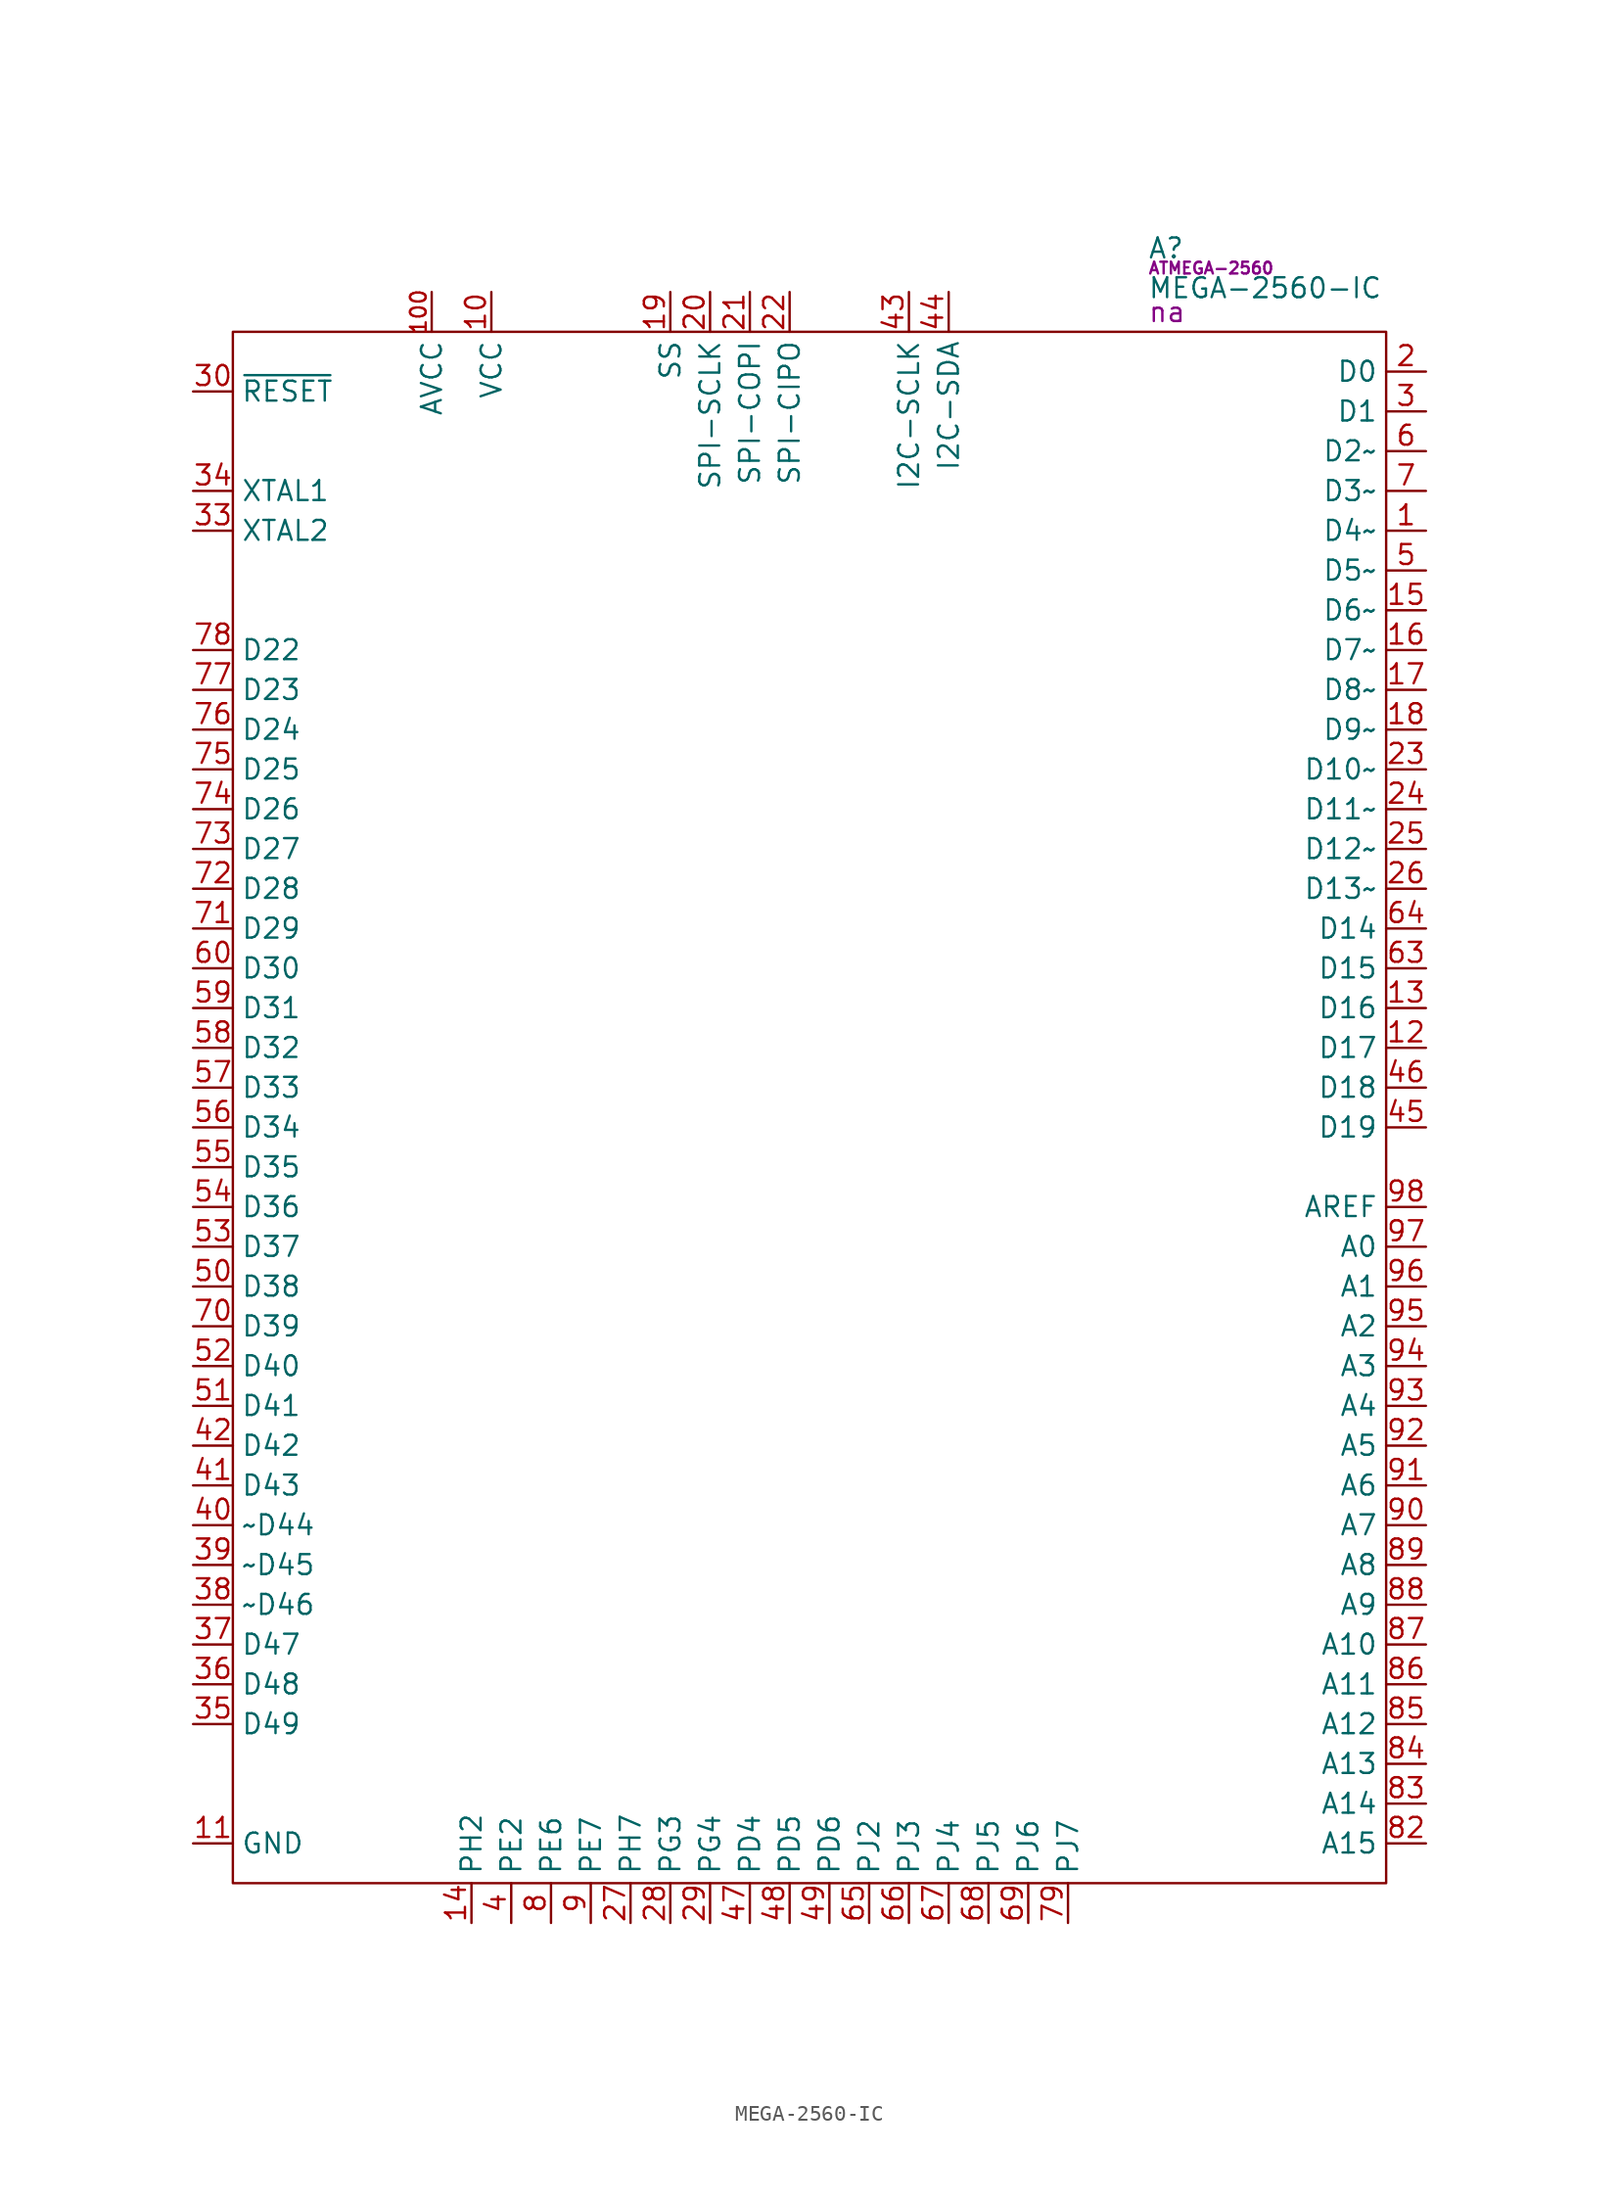
<source format=kicad_sym>
(kicad_symbol_lib
  (version 20231120)
  (generator "kicad_symbol_editor")
  (generator_version "8.0")
  (symbol "MEGA-2560-IC"
    (property "Reference" "A"
      (at 58.42 5.334 0)
      (effects (font (size 1.27 1.27)) (justify left)))
    (property "Value" "MEGA-2560-IC"
      (at 58.42 2.794 0)
      (effects (font (size 1.27 1.27)) (justify left)))
    (property "IC" "ATMEGA-2560"
      (at 58.42 4.064 0)
      (effects (font (size 0.75 0.75)) (justify left)))
    (property "PartNumber" "na"
      (at 58.42 1.27 0)
      (effects (font (size 1.27 1.27)) (justify left)))
    (symbol "MEGA-2560-IC_0_0"
      (pin bidirectional line (at 76.2 -12.7 180) (length 2.54) (name "D4~" (effects (font (size 1.27 1.27)))) (number "1" (effects (font (size 1.27 1.27)))) (alternate "OC0B" bidirectional line) (alternate "PG5" bidirectional line))
      (pin power_in line (at 16.51 2.54 270) (length 2.54) (name "VCC" (effects (font (size 1.27 1.27)))) (number "10" (effects (font (size 1.27 1.27)))))
      (pin power_in line (at 12.7 2.54 270) (length 2.54) (name "AVCC" (effects (font (size 1.27 1.27)))) (number "100" (effects (font (size 1 1)))))
      (pin power_in line (at -2.54 -96.52 0) (length 2.54) (name "GND" (effects (font (size 1.27 1.27)))) (number "11" (effects (font (size 1.27 1.27)))))
      (pin bidirectional line (at 76.2 -45.72 180) (length 2.54) (name "D17" (effects (font (size 1.27 1.27)))) (number "12" (effects (font (size 1.27 1.27)))) (alternate "PH0" bidirectional line) (alternate "RXD2" bidirectional line))
      (pin bidirectional line (at 76.2 -43.18 180) (length 2.54) (name "D16" (effects (font (size 1.27 1.27)))) (number "13" (effects (font (size 1.27 1.27)))) (alternate "PH1" bidirectional line) (alternate "TXD2" bidirectional line))
      (pin bidirectional line (at 15.24 -101.6 90) (length 2.54) (name "PH2" (effects (font (size 1.27 1.27)))) (number "14" (effects (font (size 1.27 1.27)))) (alternate "NC" no_connect line) (alternate "XCK2" bidirectional line))
      (pin bidirectional line (at 76.2 -17.78 180) (length 2.54) (name "D6~" (effects (font (size 1.27 1.27)))) (number "15" (effects (font (size 1.27 1.27)))) (alternate "OC4A" bidirectional line) (alternate "PH3" bidirectional line))
      (pin bidirectional line (at 76.2 -20.32 180) (length 2.54) (name "D7~" (effects (font (size 1.27 1.27)))) (number "16" (effects (font (size 1.27 1.27)))) (alternate "OC4B" bidirectional line) (alternate "PH4" bidirectional line))
      (pin bidirectional line (at 76.2 -22.86 180) (length 2.54) (name "D8~" (effects (font (size 1.27 1.27)))) (number "17" (effects (font (size 1.27 1.27)))) (alternate "OC4C" bidirectional line) (alternate "PH5" bidirectional line))
      (pin bidirectional line (at 76.2 -25.4 180) (length 2.54) (name "D9~" (effects (font (size 1.27 1.27)))) (number "18" (effects (font (size 1.27 1.27)))) (alternate "OC2B" bidirectional line) (alternate "PH6" bidirectional line))
      (pin output line (at 27.94 2.54 270) (length 2.54) (name "SS" (effects (font (size 1.27 1.27)))) (number "19" (effects (font (size 1.27 1.27)))) (alternate "D53" bidirectional line) (alternate "PB0" bidirectional line) (alternate "PCINT0" input line))
      (pin bidirectional line (at 76.2 -2.54 180) (length 2.54) (name "D0" (effects (font (size 1.27 1.27)))) (number "2" (effects (font (size 1.27 1.27)))) (alternate "PCINT8" input line) (alternate "PE0" bidirectional line) (alternate "RXD0" input line))
      (pin output line (at 30.48 2.54 270) (length 2.54) (name "SPI-SCLK" (effects (font (size 1.27 1.27)))) (number "20" (effects (font (size 1.27 1.27)))) (alternate "D52" bidirectional line) (alternate "PB1" bidirectional line) (alternate "PCINT1" input line))
      (pin output line (at 33.02 2.54 270) (length 2.54) (name "SPI-COPI" (effects (font (size 1.27 1.27)))) (number "21" (effects (font (size 1.27 1.27)))) (alternate "D51" bidirectional line) (alternate "PB2" bidirectional line) (alternate "PCINT2" input line))
      (pin bidirectional line (at 35.56 2.54 270) (length 2.54) (name "SPI-CIPO" (effects (font (size 1.27 1.27)))) (number "22" (effects (font (size 1.27 1.27)))) (alternate "D50" bidirectional line) (alternate "PB3" bidirectional line) (alternate "PCINT3" bidirectional line))
      (pin bidirectional line (at 76.2 -27.94 180) (length 2.54) (name "D10~" (effects (font (size 1.27 1.27)))) (number "23" (effects (font (size 1.27 1.27)))) (alternate "OC2A" bidirectional line) (alternate "PB4" bidirectional line) (alternate "PCINT4" bidirectional line))
      (pin bidirectional line (at 76.2 -30.48 180) (length 2.54) (name "D11~" (effects (font (size 1.27 1.27)))) (number "24" (effects (font (size 1.27 1.27)))) (alternate "OC1A" bidirectional line) (alternate "PB5" bidirectional line) (alternate "PCINT5" bidirectional line))
      (pin bidirectional line (at 76.2 -33.02 180) (length 2.54) (name "D12~" (effects (font (size 1.27 1.27)))) (number "25" (effects (font (size 1.27 1.27)))) (alternate "OC1B" bidirectional line) (alternate "PB6" bidirectional line) (alternate "PCINT6" bidirectional line))
      (pin bidirectional line (at 76.2 -35.56 180) (length 2.54) (name "D13~" (effects (font (size 1.27 1.27)))) (number "26" (effects (font (size 1.27 1.27)))) (alternate "OC0A" bidirectional line) (alternate "OC1C" bidirectional line) (alternate "PB7" bidirectional line) (alternate "PCINT7" bidirectional line))
      (pin bidirectional line (at 25.4 -101.6 90) (length 2.54) (name "PH7" (effects (font (size 1.27 1.27)))) (number "27" (effects (font (size 1.27 1.27)))) (alternate "NC" no_connect line) (alternate "T4" unspecified line))
      (pin bidirectional line (at 27.94 -101.6 90) (length 2.54) (name "PG3" (effects (font (size 1.27 1.27)))) (number "28" (effects (font (size 1.27 1.27)))) (alternate "NC" no_connect line) (alternate "TOSC2" bidirectional line))
      (pin bidirectional line (at 30.48 -101.6 90) (length 2.54) (name "PG4" (effects (font (size 1.27 1.27)))) (number "29" (effects (font (size 1.27 1.27)))) (alternate "NC" no_connect line) (alternate "TOSC1" bidirectional line))
      (pin bidirectional line (at 76.2 -5.08 180) (length 2.54) (name "D1" (effects (font (size 1.27 1.27)))) (number "3" (effects (font (size 1.27 1.27)))) (alternate "PE1" bidirectional line) (alternate "TXD0" output line))
      (pin input line (at -2.54 -3.81 0) (length 2.54) (name "~{RESET}" (effects (font (size 1.27 1.27)))) (number "30" (effects (font (size 1.27 1.27)))))
      (pin power_in line (at 16.51 2.54 270) (length 2.54) hide (name "VCC" (effects (font (size 1.27 1.27)))) (number "31" (effects (font (size 1.27 1.27)))))
      (pin power_in line (at -2.54 -96.52 0) (length 2.54) hide (name "GND" (effects (font (size 1.27 1.27)))) (number "32" (effects (font (size 1.27 1.27)))))
      (pin input line (at -2.54 -12.7 0) (length 2.54) (name "XTAL2" (effects (font (size 1.27 1.27)))) (number "33" (effects (font (size 1.27 1.27)))))
      (pin input line (at -2.54 -10.16 0) (length 2.54) (name "XTAL1" (effects (font (size 1.27 1.27)))) (number "34" (effects (font (size 1.27 1.27)))))
      (pin bidirectional line (at -2.54 -88.9 0) (length 2.54) (name "D49" (effects (font (size 1.27 1.27)))) (number "35" (effects (font (size 1.27 1.27)))) (alternate "ICP4" bidirectional line) (alternate "PL0" bidirectional line))
      (pin bidirectional line (at -2.54 -86.36 0) (length 2.54) (name "D48" (effects (font (size 1.27 1.27)))) (number "36" (effects (font (size 1.27 1.27)))) (alternate "ICP5" bidirectional line) (alternate "PL1" bidirectional line))
      (pin bidirectional line (at -2.54 -83.82 0) (length 2.54) (name "D47" (effects (font (size 1.27 1.27)))) (number "37" (effects (font (size 1.27 1.27)))) (alternate "PL2" bidirectional line) (alternate "T5" bidirectional line))
      (pin bidirectional line (at -2.54 -81.28 0) (length 2.54) (name "~D46" (effects (font (size 1.27 1.27)))) (number "38" (effects (font (size 1.27 1.27)))) (alternate "OC5A" bidirectional line) (alternate "PL3" bidirectional line))
      (pin bidirectional line (at -2.54 -78.74 0) (length 2.54) (name "~D45" (effects (font (size 1.27 1.27)))) (number "39" (effects (font (size 1.27 1.27)))) (alternate "OC5B" bidirectional line) (alternate "PL4" bidirectional line))
      (pin bidirectional line (at 17.78 -101.6 90) (length 2.54) (name "PE2" (effects (font (size 1.27 1.27)))) (number "4" (effects (font (size 1.27 1.27)))) (alternate "AIN0" input line) (alternate "NC" no_connect line) (alternate "XCK0" input line))
      (pin bidirectional line (at -2.54 -76.2 0) (length 2.54) (name "~D44" (effects (font (size 1.27 1.27)))) (number "40" (effects (font (size 1.27 1.27)))) (alternate "OC5C" bidirectional line) (alternate "PL5" bidirectional line))
      (pin bidirectional line (at -2.54 -73.66 0) (length 2.54) (name "D43" (effects (font (size 1.27 1.27)))) (number "41" (effects (font (size 1.27 1.27)))) (alternate "PL6" bidirectional line))
      (pin bidirectional line (at -2.54 -71.12 0) (length 2.54) (name "D42" (effects (font (size 1.27 1.27)))) (number "42" (effects (font (size 1.27 1.27)))) (alternate "PL7" bidirectional line))
      (pin output line (at 43.18 2.54 270) (length 2.54) (name "I2C-SCLK" (effects (font (size 1.27 1.27)))) (number "43" (effects (font (size 1.27 1.27)))) (alternate "D21" bidirectional line) (alternate "PD0" bidirectional line))
      (pin bidirectional line (at 45.72 2.54 270) (length 2.54) (name "I2C-SDA" (effects (font (size 1.27 1.27)))) (number "44" (effects (font (size 1.27 1.27)))) (alternate "D20" bidirectional line) (alternate "PD1" bidirectional line))
      (pin bidirectional line (at 76.2 -50.8 180) (length 2.54) (name "D19" (effects (font (size 1.27 1.27)))) (number "45" (effects (font (size 1.27 1.27)))) (alternate "INT2" bidirectional line) (alternate "PD2" bidirectional line) (alternate "RXD1" bidirectional line))
      (pin bidirectional line (at 76.2 -48.26 180) (length 2.54) (name "D18" (effects (font (size 1.27 1.27)))) (number "46" (effects (font (size 1.27 1.27)))) (alternate "INT3" bidirectional line) (alternate "PD3" bidirectional line) (alternate "TXD1" bidirectional line))
      (pin bidirectional line (at 33.02 -101.6 90) (length 2.54) (name "PD4" (effects (font (size 1.27 1.27)))) (number "47" (effects (font (size 1.27 1.27)))) (alternate "ICP1" bidirectional line) (alternate "NC" no_connect line))
      (pin bidirectional line (at 35.56 -101.6 90) (length 2.54) (name "PD5" (effects (font (size 1.27 1.27)))) (number "48" (effects (font (size 1.27 1.27)))) (alternate "NC" no_connect line) (alternate "XCK1" input line))
      (pin bidirectional line (at 38.1 -101.6 90) (length 2.54) (name "PD6" (effects (font (size 1.27 1.27)))) (number "49" (effects (font (size 1.27 1.27)))) (alternate "NC" no_connect line) (alternate "T1" unspecified line))
      (pin bidirectional line (at 76.2 -15.24 180) (length 2.54) (name "D5~" (effects (font (size 1.27 1.27)))) (number "5" (effects (font (size 1.27 1.27)))) (alternate "AIN1" bidirectional line) (alternate "OC3A" bidirectional line) (alternate "PE3" bidirectional line))
      (pin bidirectional line (at -2.54 -60.96 0) (length 2.54) (name "D38" (effects (font (size 1.27 1.27)))) (number "50" (effects (font (size 1.27 1.27)))) (alternate "PD7" bidirectional line) (alternate "T0" bidirectional line))
      (pin bidirectional line (at -2.54 -68.58 0) (length 2.54) (name "D41" (effects (font (size 1.27 1.27)))) (number "51" (effects (font (size 1.27 1.27)))) (alternate "PG0" bidirectional line) (alternate "~{WR}" bidirectional line))
      (pin bidirectional line (at -2.54 -66.04 0) (length 2.54) (name "D40" (effects (font (size 1.27 1.27)))) (number "52" (effects (font (size 1.27 1.27)))) (alternate "PG1" bidirectional line) (alternate "~{RD}" bidirectional line))
      (pin bidirectional line (at -2.54 -58.42 0) (length 2.54) (name "D37" (effects (font (size 1.27 1.27)))) (number "53" (effects (font (size 1.27 1.27)))) (alternate "ADDR8" bidirectional line) (alternate "PC0" bidirectional line))
      (pin bidirectional line (at -2.54 -55.88 0) (length 2.54) (name "D36" (effects (font (size 1.27 1.27)))) (number "54" (effects (font (size 1.27 1.27)))) (alternate "ADDR9" bidirectional line) (alternate "PC1" bidirectional line))
      (pin bidirectional line (at -2.54 -53.34 0) (length 2.54) (name "D35" (effects (font (size 1.27 1.27)))) (number "55" (effects (font (size 1.27 1.27)))) (alternate "ADDR10" bidirectional line) (alternate "PC2" bidirectional line))
      (pin bidirectional line (at -2.54 -50.8 0) (length 2.54) (name "D34" (effects (font (size 1.27 1.27)))) (number "56" (effects (font (size 1.27 1.27)))) (alternate "ADDR11" bidirectional line) (alternate "PC3" bidirectional line))
      (pin bidirectional line (at -2.54 -48.26 0) (length 2.54) (name "D33" (effects (font (size 1.27 1.27)))) (number "57" (effects (font (size 1.27 1.27)))) (alternate "ADDR12" bidirectional line) (alternate "PC4" bidirectional line))
      (pin bidirectional line (at -2.54 -45.72 0) (length 2.54) (name "D32" (effects (font (size 1.27 1.27)))) (number "58" (effects (font (size 1.27 1.27)))) (alternate "ADDR13" bidirectional line) (alternate "PC5" bidirectional line))
      (pin bidirectional line (at -2.54 -43.18 0) (length 2.54) (name "D31" (effects (font (size 1.27 1.27)))) (number "59" (effects (font (size 1.27 1.27)))) (alternate "ADDR14" bidirectional line) (alternate "PC6" bidirectional line))
      (pin bidirectional line (at 76.2 -7.62 180) (length 2.54) (name "D2~" (effects (font (size 1.27 1.27)))) (number "6" (effects (font (size 1.27 1.27)))) (alternate "INT4" input line) (alternate "OC3B" bidirectional line) (alternate "PE4" bidirectional line))
      (pin bidirectional line (at -2.54 -40.64 0) (length 2.54) (name "D30" (effects (font (size 1.27 1.27)))) (number "60" (effects (font (size 1.27 1.27)))) (alternate "ADDR15" bidirectional line) (alternate "PC7" bidirectional line))
      (pin power_in line (at 16.51 2.54 270) (length 2.54) hide (name "VCC" (effects (font (size 1.27 1.27)))) (number "61" (effects (font (size 1.27 1.27)))))
      (pin power_in line (at -2.54 -96.52 0) (length 2.54) hide (name "GND" (effects (font (size 1.27 1.27)))) (number "62" (effects (font (size 1.27 1.27)))))
      (pin bidirectional line (at 76.2 -40.64 180) (length 2.54) (name "D15" (effects (font (size 1.27 1.27)))) (number "63" (effects (font (size 1.27 1.27)))) (alternate "PCINT9" bidirectional line) (alternate "PJ0" bidirectional line) (alternate "RXD3" bidirectional line))
      (pin bidirectional line (at 76.2 -38.1 180) (length 2.54) (name "D14" (effects (font (size 1.27 1.27)))) (number "64" (effects (font (size 1.27 1.27)))) (alternate "PCINT10" bidirectional line) (alternate "PJ1" bidirectional line) (alternate "TXD3" bidirectional line))
      (pin bidirectional line (at 40.64 -101.6 90) (length 2.54) (name "PJ2" (effects (font (size 1.27 1.27)))) (number "65" (effects (font (size 1.27 1.27)))) (alternate "NC" no_connect line) (alternate "PCINT11" input line) (alternate "XCK3" input line))
      (pin bidirectional line (at 43.18 -101.6 90) (length 2.54) (name "PJ3" (effects (font (size 1.27 1.27)))) (number "66" (effects (font (size 1.27 1.27)))) (alternate "NC" no_connect line) (alternate "PCINT12" input line))
      (pin bidirectional line (at 45.72 -101.6 90) (length 2.54) (name "PJ4" (effects (font (size 1.27 1.27)))) (number "67" (effects (font (size 1.27 1.27)))) (alternate "NC" no_connect line) (alternate "PCINT13" input line))
      (pin bidirectional line (at 48.26 -101.6 90) (length 2.54) (name "PJ5" (effects (font (size 1.27 1.27)))) (number "68" (effects (font (size 1.27 1.27)))) (alternate "NC" no_connect line) (alternate "PCINT14" input line))
      (pin bidirectional line (at 50.8 -101.6 90) (length 2.54) (name "PJ6" (effects (font (size 1.27 1.27)))) (number "69" (effects (font (size 1.27 1.27)))) (alternate "NC" no_connect line) (alternate "PCINT15" input line))
      (pin bidirectional line (at 76.2 -10.16 180) (length 2.54) (name "D3~" (effects (font (size 1.27 1.27)))) (number "7" (effects (font (size 1.27 1.27)))) (alternate "INT5" input line) (alternate "OC3C" bidirectional line) (alternate "PE5" bidirectional line))
      (pin bidirectional line (at -2.54 -63.5 0) (length 2.54) (name "D39" (effects (font (size 1.27 1.27)))) (number "70" (effects (font (size 1.27 1.27)))) (alternate "ALE" bidirectional line) (alternate "PG2" bidirectional line))
      (pin bidirectional line (at -2.54 -38.1 0) (length 2.54) (name "D29" (effects (font (size 1.27 1.27)))) (number "71" (effects (font (size 1.27 1.27)))) (alternate "ADDR7" bidirectional line) (alternate "PA7" bidirectional line))
      (pin bidirectional line (at -2.54 -35.56 0) (length 2.54) (name "D28" (effects (font (size 1.27 1.27)))) (number "72" (effects (font (size 1.27 1.27)))) (alternate "ADDR6" bidirectional line) (alternate "PA6" bidirectional line))
      (pin bidirectional line (at -2.54 -33.02 0) (length 2.54) (name "D27" (effects (font (size 1.27 1.27)))) (number "73" (effects (font (size 1.27 1.27)))) (alternate "ADDR5" bidirectional line) (alternate "PA5" bidirectional line))
      (pin bidirectional line (at -2.54 -30.48 0) (length 2.54) (name "D26" (effects (font (size 1.27 1.27)))) (number "74" (effects (font (size 1.27 1.27)))) (alternate "ADDR4" bidirectional line) (alternate "PA4" bidirectional line))
      (pin bidirectional line (at -2.54 -27.94 0) (length 2.54) (name "D25" (effects (font (size 1.27 1.27)))) (number "75" (effects (font (size 1.27 1.27)))) (alternate "ADDR3" bidirectional line) (alternate "PA3" bidirectional line))
      (pin bidirectional line (at -2.54 -25.4 0) (length 2.54) (name "D24" (effects (font (size 1.27 1.27)))) (number "76" (effects (font (size 1.27 1.27)))) (alternate "ADDR2" bidirectional line) (alternate "PA2" bidirectional line))
      (pin bidirectional line (at -2.54 -22.86 0) (length 2.54) (name "D23" (effects (font (size 1.27 1.27)))) (number "77" (effects (font (size 1.27 1.27)))) (alternate "ADDR1" bidirectional line) (alternate "PA1" bidirectional line))
      (pin bidirectional line (at -2.54 -20.32 0) (length 2.54) (name "D22" (effects (font (size 1.27 1.27)))) (number "78" (effects (font (size 1.27 1.27)))) (alternate "ADDR0" bidirectional line) (alternate "PA0" bidirectional line))
      (pin bidirectional line (at 53.34 -101.6 90) (length 2.54) (name "PJ7" (effects (font (size 1.27 1.27)))) (number "79" (effects (font (size 1.27 1.27)))) (alternate "NC" no_connect line))
      (pin bidirectional line (at 20.32 -101.6 90) (length 2.54) (name "PE6" (effects (font (size 1.27 1.27)))) (number "8" (effects (font (size 1.27 1.27)))) (alternate "INT6" input line) (alternate "NC" no_connect line) (alternate "T3" unspecified line))
      (pin power_in line (at 16.51 2.54 270) (length 2.54) hide (name "VCC" (effects (font (size 1.27 1.27)))) (number "80" (effects (font (size 1.27 1.27)))))
      (pin power_in line (at -2.54 -96.52 0) (length 2.54) hide (name "GND" (effects (font (size 1.27 1.27)))) (number "81" (effects (font (size 1.27 1.27)))))
      (pin bidirectional line (at 76.2 -96.52 180) (length 2.54) (name "A15" (effects (font (size 1.27 1.27)))) (number "82" (effects (font (size 1.27 1.27)))) (alternate "D69" bidirectional line) (alternate "PCINT23" bidirectional line) (alternate "PK7" bidirectional line))
      (pin bidirectional line (at 76.2 -93.98 180) (length 2.54) (name "A14" (effects (font (size 1.27 1.27)))) (number "83" (effects (font (size 1.27 1.27)))) (alternate "D68" bidirectional line) (alternate "PCINT22" bidirectional line) (alternate "PK6" bidirectional line))
      (pin bidirectional line (at 76.2 -91.44 180) (length 2.54) (name "A13" (effects (font (size 1.27 1.27)))) (number "84" (effects (font (size 1.27 1.27)))) (alternate "D67" bidirectional line) (alternate "PCINT21" bidirectional line) (alternate "PK5" bidirectional line))
      (pin bidirectional line (at 76.2 -88.9 180) (length 2.54) (name "A12" (effects (font (size 1.27 1.27)))) (number "85" (effects (font (size 1.27 1.27)))) (alternate "D66" bidirectional line) (alternate "PCINT20" bidirectional line) (alternate "PK4" bidirectional line))
      (pin bidirectional line (at 76.2 -86.36 180) (length 2.54) (name "A11" (effects (font (size 1.27 1.27)))) (number "86" (effects (font (size 1.27 1.27)))) (alternate "D65" bidirectional line) (alternate "PCINT19" bidirectional line) (alternate "PK3" bidirectional line))
      (pin bidirectional line (at 76.2 -83.82 180) (length 2.54) (name "A10" (effects (font (size 1.27 1.27)))) (number "87" (effects (font (size 1.27 1.27)))) (alternate "D64" bidirectional line) (alternate "PCINT18" bidirectional line) (alternate "PK2" bidirectional line))
      (pin bidirectional line (at 76.2 -81.28 180) (length 2.54) (name "A9" (effects (font (size 1.27 1.27)))) (number "88" (effects (font (size 1.27 1.27)))) (alternate "D63" bidirectional line) (alternate "PCINT17" bidirectional line) (alternate "PK1" bidirectional line))
      (pin bidirectional line (at 76.2 -78.74 180) (length 2.54) (name "A8" (effects (font (size 1.27 1.27)))) (number "89" (effects (font (size 1.27 1.27)))) (alternate "D62" bidirectional line) (alternate "PCINT16" bidirectional line) (alternate "PK0" bidirectional line))
      (pin bidirectional line (at 22.86 -101.6 90) (length 2.54) (name "PE7" (effects (font (size 1.27 1.27)))) (number "9" (effects (font (size 1.27 1.27)))) (alternate "CLKO" output line) (alternate "ICP3" input line) (alternate "INT7" input line) (alternate "NC" no_connect line))
      (pin bidirectional line (at 76.2 -76.2 180) (length 2.54) (name "A7" (effects (font (size 1.27 1.27)))) (number "90" (effects (font (size 1.27 1.27)))) (alternate "D61" bidirectional line) (alternate "PF7" bidirectional line) (alternate "TDI" bidirectional line))
      (pin bidirectional line (at 76.2 -73.66 180) (length 2.54) (name "A6" (effects (font (size 1.27 1.27)))) (number "91" (effects (font (size 1.27 1.27)))) (alternate "D60" bidirectional line) (alternate "PF6" bidirectional line) (alternate "TDO" bidirectional line))
      (pin bidirectional line (at 76.2 -71.12 180) (length 2.54) (name "A5" (effects (font (size 1.27 1.27)))) (number "92" (effects (font (size 1.27 1.27)))) (alternate "D59" bidirectional line) (alternate "PF5" bidirectional line) (alternate "TMS" bidirectional line))
      (pin bidirectional line (at 76.2 -68.58 180) (length 2.54) (name "A4" (effects (font (size 1.27 1.27)))) (number "93" (effects (font (size 1.27 1.27)))) (alternate "D58" bidirectional line) (alternate "PF4" bidirectional line) (alternate "TCK" bidirectional line))
      (pin bidirectional line (at 76.2 -66.04 180) (length 2.54) (name "A3" (effects (font (size 1.27 1.27)))) (number "94" (effects (font (size 1.27 1.27)))) (alternate "D57" bidirectional line) (alternate "PF3" bidirectional line))
      (pin bidirectional line (at 76.2 -63.5 180) (length 2.54) (name "A2" (effects (font (size 1.27 1.27)))) (number "95" (effects (font (size 1.27 1.27)))) (alternate "D56" bidirectional line) (alternate "PF2" bidirectional line))
      (pin bidirectional line (at 76.2 -60.96 180) (length 2.54) (name "A1" (effects (font (size 1.27 1.27)))) (number "96" (effects (font (size 1.27 1.27)))) (alternate "D55" bidirectional line) (alternate "PF1" bidirectional line))
      (pin bidirectional line (at 76.2 -58.42 180) (length 2.54) (name "A0" (effects (font (size 1.27 1.27)))) (number "97" (effects (font (size 1.27 1.27)))) (alternate "D54" bidirectional line) (alternate "PF0" bidirectional line))
      (pin input line (at 76.2 -55.88 180) (length 2.54) (name "AREF" (effects (font (size 1.27 1.27)))) (number "98" (effects (font (size 1.27 1.27)))))
      (pin power_in line (at -2.54 -96.52 0) (length 2.54) hide (name "GND" (effects (font (size 1.27 1.27)))) (number "99" (effects (font (size 1.27 1.27))))))
    (symbol "MEGA-2560-IC_0_1"
      (rectangle (start 0 0) (end 73.66 -99.06) (stroke (width 0) (type default)) (fill (type none))))))
</source>
